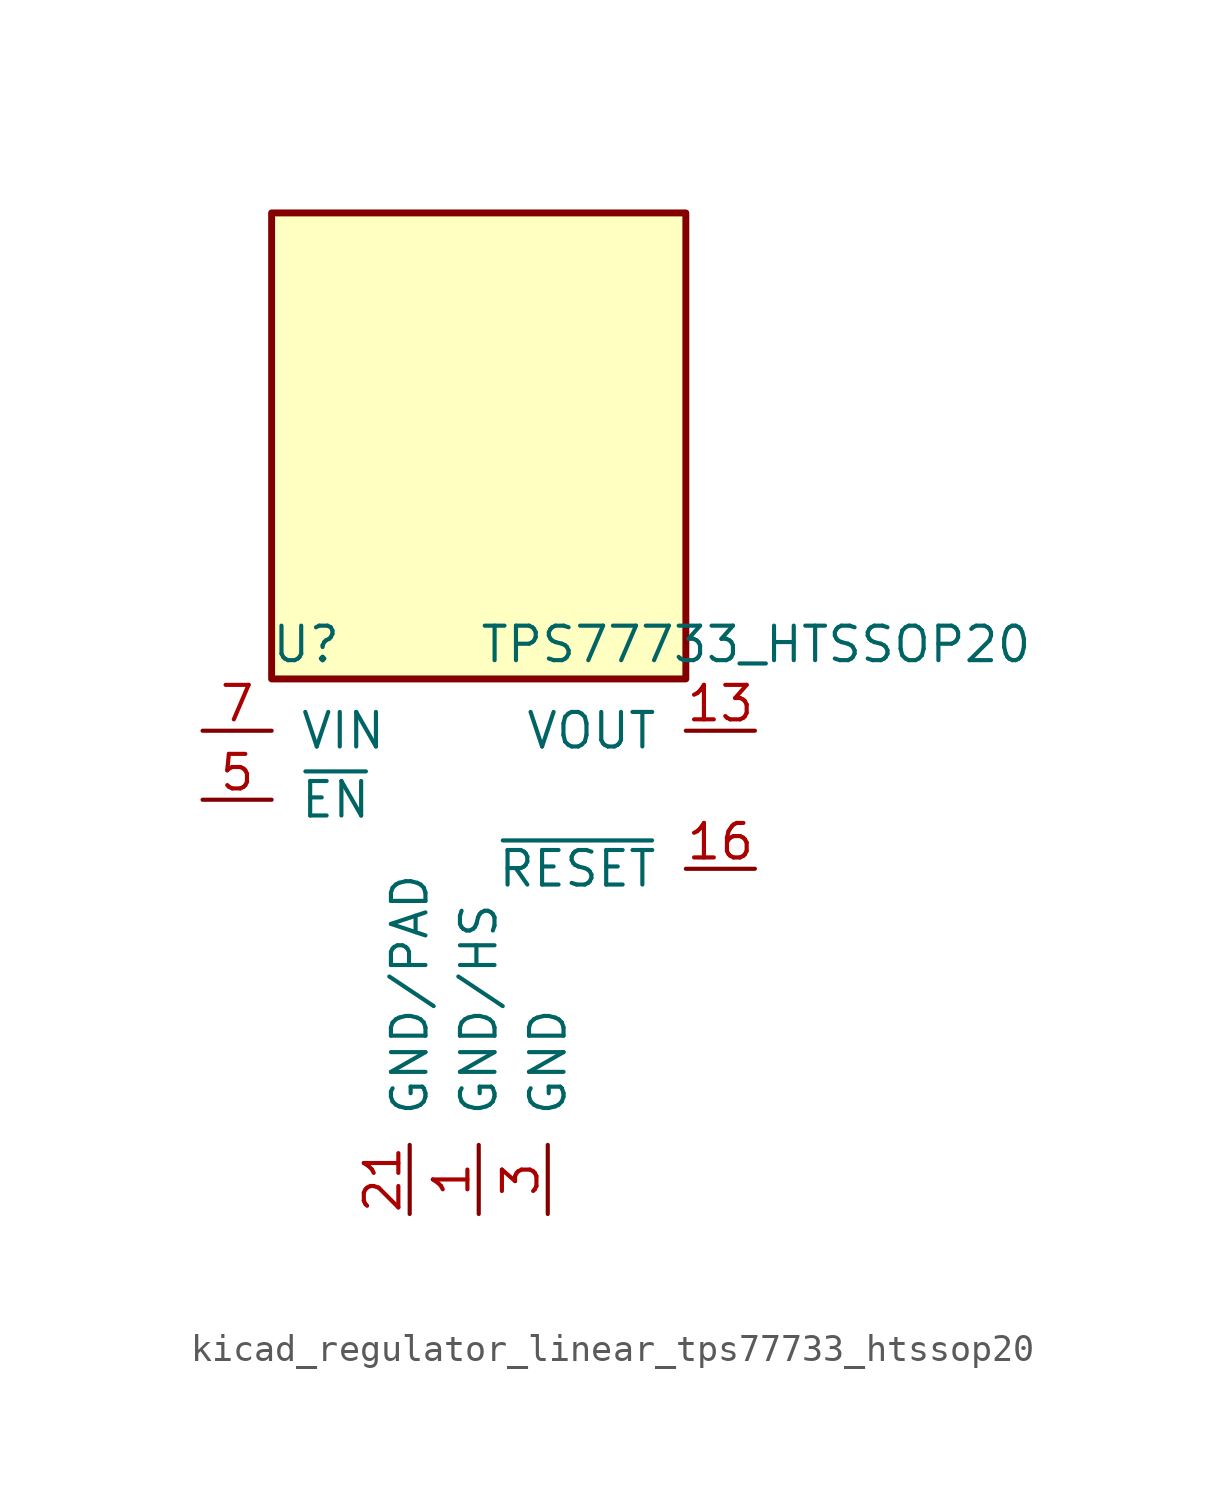
<source format=kicad_sym>
(kicad_symbol_lib
  (version 20220914)
  (generator kicad_symbol_editor)
  (symbol "kicad_regulator_linear_tps77733_htssop20"
    (pin_names
      (offset 1.016))
    (property "Reference" "U"
      (at -6.35 5.715 0)
      (effects (font (size 1.27 1.27))))
    (property "Value" "TPS77733_HTSSOP20"
      (at 0 5.715 0)
      (effects (font (size 1.27 1.27)) (justify left)))
    (symbol "kicad_regulator_linear_tps77733_htssop20_0_1"
      (rectangle (start 7.62 21.59) (end -7.62 4.445) (stroke (width 0.254) (type default)) (fill (type background))))
    (symbol "kicad_regulator_linear_tps77733_htssop20_1_1"
      (pin power_in line (at 0 -15.24 90) (length 2.54) (name "GND/HS" (effects (font (size 1.27 1.27)))) (number "1" (effects (font (size 1.27 1.27)))))
      (pin passive line (at 0 -15.24 90) (length 2.54) hide (name "GND/HS" (effects (font (size 1.27 1.27)))) (number "10" (effects (font (size 1.27 1.27)))))
      (pin passive line (at 0 -15.24 90) (length 2.54) hide (name "GND/HS" (effects (font (size 1.27 1.27)))) (number "11" (effects (font (size 1.27 1.27)))))
      (pin passive line (at 0 -15.24 90) (length 2.54) hide (name "GND/HS" (effects (font (size 1.27 1.27)))) (number "12" (effects (font (size 1.27 1.27)))))
      (pin power_out line (at 10.16 2.54 180) (length 2.54) (name "VOUT" (effects (font (size 1.27 1.27)))) (number "13" (effects (font (size 1.27 1.27)))))
      (pin passive line (at 10.16 2.54 180) (length 2.54) hide (name "VOUT" (effects (font (size 1.27 1.27)))) (number "14" (effects (font (size 1.27 1.27)))))
      (pin no_connect line (at 7.62 0 180) (length 2.54) hide (name "NC" (effects (font (size 1.27 1.27)))) (number "15" (effects (font (size 1.27 1.27)))))
      (pin open_collector line (at 10.16 -2.54 180) (length 2.54) (name "~{RESET}" (effects (font (size 1.27 1.27)))) (number "16" (effects (font (size 1.27 1.27)))))
      (pin no_connect line (at 7.62 -5.08 180) (length 2.54) hide (name "NC" (effects (font (size 1.27 1.27)))) (number "17" (effects (font (size 1.27 1.27)))))
      (pin no_connect line (at 7.62 -7.62 180) (length 2.54) hide (name "NC" (effects (font (size 1.27 1.27)))) (number "18" (effects (font (size 1.27 1.27)))))
      (pin passive line (at 0 -15.24 90) (length 2.54) hide (name "GND/HS" (effects (font (size 1.27 1.27)))) (number "19" (effects (font (size 1.27 1.27)))))
      (pin passive line (at 0 -15.24 90) (length 2.54) hide (name "GND/HS" (effects (font (size 1.27 1.27)))) (number "2" (effects (font (size 1.27 1.27)))))
      (pin passive line (at 0 -15.24 90) (length 2.54) hide (name "GND/HS" (effects (font (size 1.27 1.27)))) (number "20" (effects (font (size 1.27 1.27)))))
      (pin power_in line (at -2.54 -15.24 90) (length 2.54) (name "GND/PAD" (effects (font (size 1.27 1.27)))) (number "21" (effects (font (size 1.27 1.27)))))
      (pin power_in line (at 2.54 -15.24 90) (length 2.54) (name "GND" (effects (font (size 1.27 1.27)))) (number "3" (effects (font (size 1.27 1.27)))))
      (pin no_connect line (at -7.62 -2.54 0) (length 2.54) hide (name "NC" (effects (font (size 1.27 1.27)))) (number "4" (effects (font (size 1.27 1.27)))))
      (pin input line (at -10.16 0 0) (length 2.54) (name "~{EN}" (effects (font (size 1.27 1.27)))) (number "5" (effects (font (size 1.27 1.27)))))
      (pin passive line (at -10.16 2.54 0) (length 2.54) hide (name "VIN" (effects (font (size 1.27 1.27)))) (number "6" (effects (font (size 1.27 1.27)))))
      (pin power_in line (at -10.16 2.54 0) (length 2.54) (name "VIN" (effects (font (size 1.27 1.27)))) (number "7" (effects (font (size 1.27 1.27)))))
      (pin no_connect line (at -7.62 -5.08 0) (length 2.54) hide (name "NC" (effects (font (size 1.27 1.27)))) (number "8" (effects (font (size 1.27 1.27)))))
      (pin passive line (at 0 -15.24 90) (length 2.54) hide (name "GND/HS" (effects (font (size 1.27 1.27)))) (number "9" (effects (font (size 1.27 1.27))))))))
</source>
